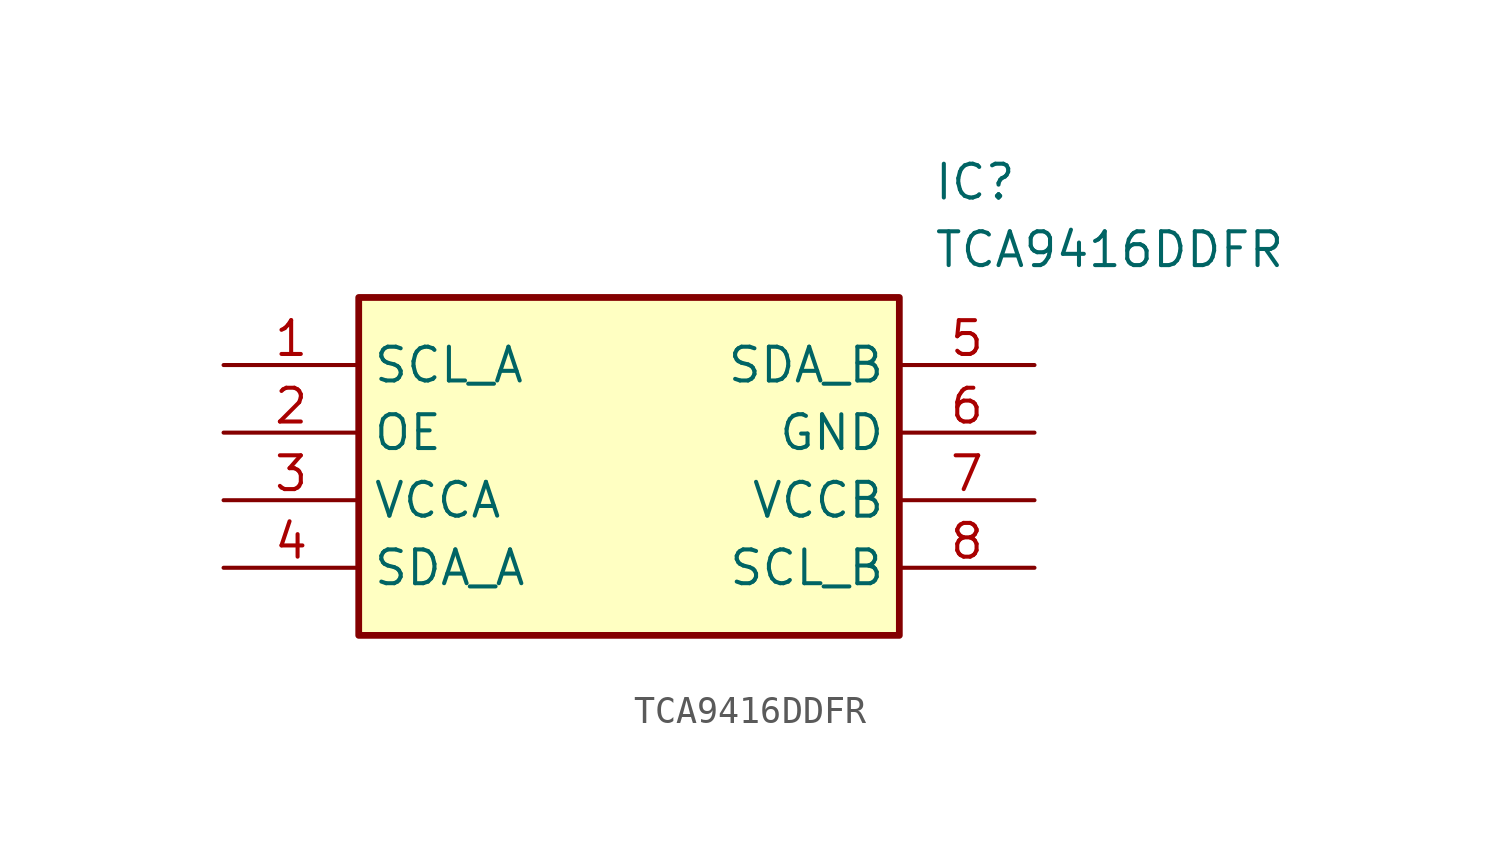
<source format=kicad_sym>
(kicad_symbol_lib
  (version 20211014)
  (generator SamacSys_ECAD_Model)
  (symbol "TCA9416DDFR"
    (property "Reference" "IC"
      (at 26.67 7.62 0)
      (effects (font (size 1.27 1.27)) (justify left top)))
    (property "Value" "TCA9416DDFR"
      (at 26.67 5.08 0)
      (effects (font (size 1.27 1.27)) (justify left top)))
    (rectangle
      (start 5.08 2.54)
      (end 25.4 -10.16)
      (stroke (width 0.254) (type default))
      (fill (type background)))
    (pin passive line
      (at 0 0 0)
      (length 5.08)
      (name "SCL_A" (effects (font (size 1.27 1.27))))
      (number "1" (effects (font (size 1.27 1.27)))))
    (pin passive line
      (at 0 -2.54 0)
      (length 5.08)
      (name "OE" (effects (font (size 1.27 1.27))))
      (number "2" (effects (font (size 1.27 1.27)))))
    (pin passive line
      (at 0 -5.08 0)
      (length 5.08)
      (name "VCCA" (effects (font (size 1.27 1.27))))
      (number "3" (effects (font (size 1.27 1.27)))))
    (pin passive line
      (at 0 -7.62 0)
      (length 5.08)
      (name "SDA_A" (effects (font (size 1.27 1.27))))
      (number "4" (effects (font (size 1.27 1.27)))))
    (pin passive line
      (at 30.48 0 180)
      (length 5.08)
      (name "SDA_B" (effects (font (size 1.27 1.27))))
      (number "5" (effects (font (size 1.27 1.27)))))
    (pin passive line
      (at 30.48 -2.54 180)
      (length 5.08)
      (name "GND" (effects (font (size 1.27 1.27))))
      (number "6" (effects (font (size 1.27 1.27)))))
    (pin passive line
      (at 30.48 -5.08 180)
      (length 5.08)
      (name "VCCB" (effects (font (size 1.27 1.27))))
      (number "7" (effects (font (size 1.27 1.27)))))
    (pin passive line
      (at 30.48 -7.62 180)
      (length 5.08)
      (name "SCL_B" (effects (font (size 1.27 1.27))))
      (number "8" (effects (font (size 1.27 1.27)))))))
</source>
